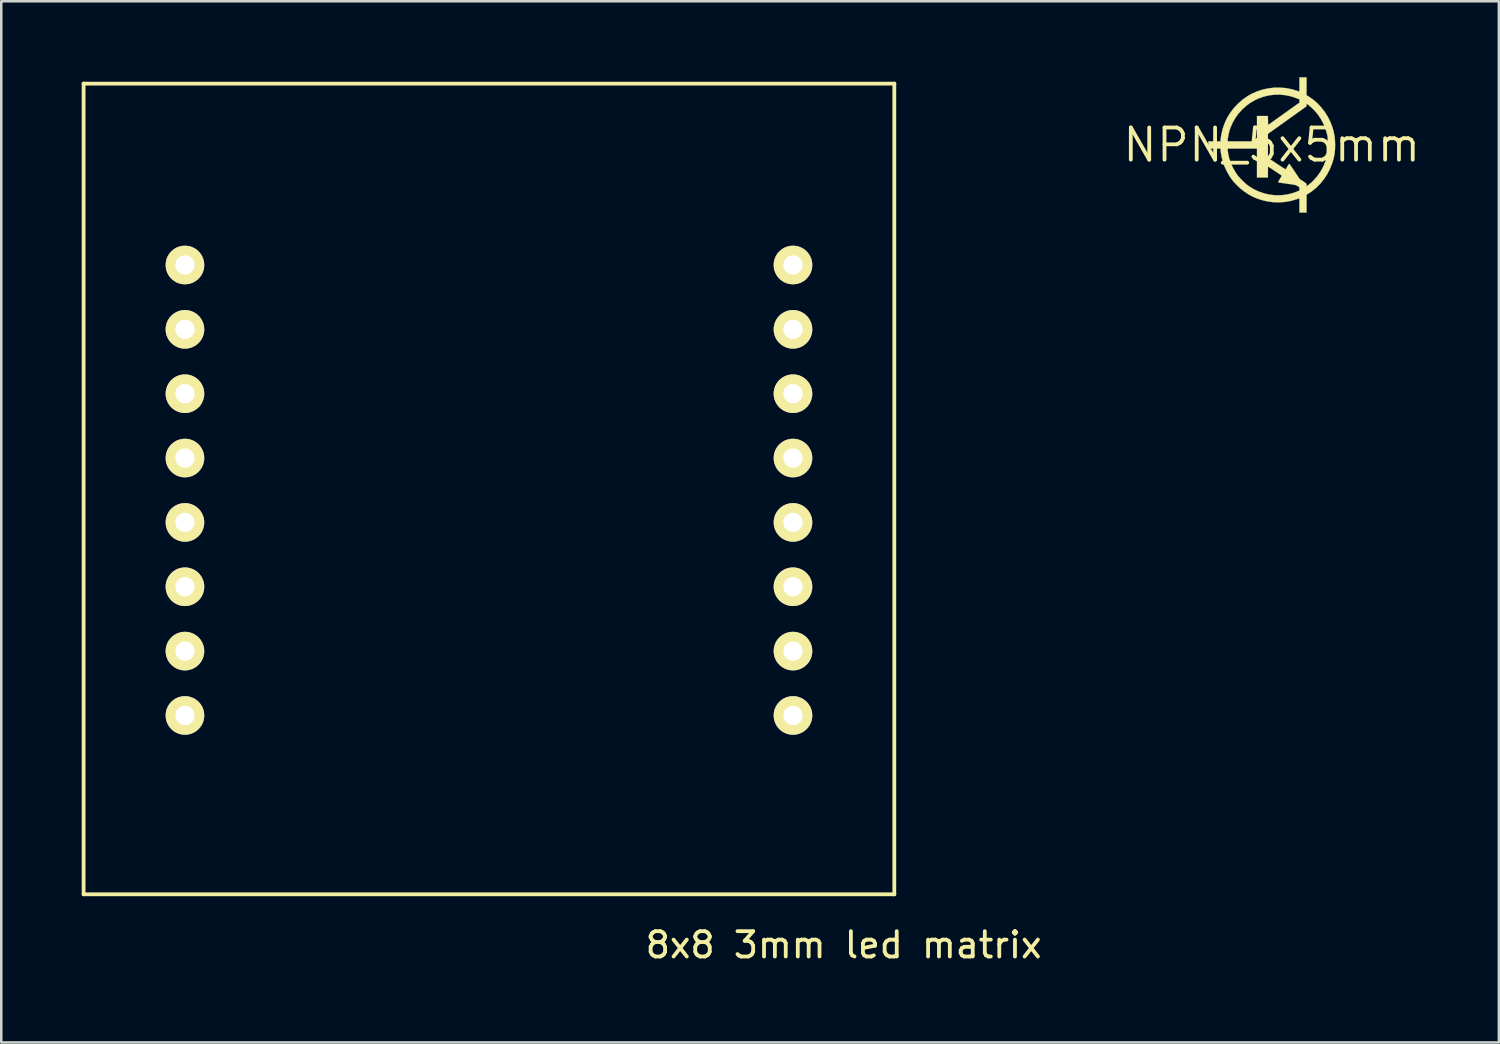
<source format=kicad_pcb>
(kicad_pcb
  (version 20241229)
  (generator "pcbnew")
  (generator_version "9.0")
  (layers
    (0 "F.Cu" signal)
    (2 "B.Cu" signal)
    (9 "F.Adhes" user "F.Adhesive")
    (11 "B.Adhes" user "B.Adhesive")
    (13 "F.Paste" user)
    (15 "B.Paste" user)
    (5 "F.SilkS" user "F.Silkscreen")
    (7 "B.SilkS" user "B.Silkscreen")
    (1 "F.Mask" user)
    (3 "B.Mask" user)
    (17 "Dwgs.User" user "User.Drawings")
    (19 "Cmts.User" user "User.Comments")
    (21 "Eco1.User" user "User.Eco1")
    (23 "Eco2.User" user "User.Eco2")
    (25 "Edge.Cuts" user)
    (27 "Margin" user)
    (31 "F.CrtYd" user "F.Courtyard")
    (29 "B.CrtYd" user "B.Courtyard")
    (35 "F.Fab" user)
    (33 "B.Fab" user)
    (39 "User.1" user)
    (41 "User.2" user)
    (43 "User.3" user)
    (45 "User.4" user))
  (footprint "NPN_5x5mm"
    (layer "F.Cu")
    (at 47.149 2.672)
    (property "Reference" "NPN_5x5mm" (at 0 0 0) (layer "F.SilkS") (effects (font (size 1.27 1.27) (thickness 0.15))))
    (attr through_hole)
    (fp_poly (pts (xy 1.372 -1.962) (xy 1.445 -1.919) (xy 1.624 -1.797) (xy 1.792 -1.654) (xy 1.945 -1.492) (xy 2.084 -1.314) (xy 2.206 -1.122) (xy 2.309 -0.918) (xy 2.392 -0.704) (xy 2.438 -0.548) (xy 2.472 -0.378) (xy 2.494 -0.195) (xy 2.501 -0.007) (xy 2.496 0.181) (xy 2.477 0.361) (xy 2.444 0.524) (xy 2.376 0.748) (xy 2.287 0.963) (xy 2.179 1.167) (xy 2.053 1.357) (xy 1.91 1.532) (xy 1.753 1.69) (xy 1.582 1.828) (xy 1.445 1.919) (xy 1.372 1.962) (xy 1.372 2.667) (xy 1.092 2.667) (xy 1.092 2.388) (xy 1.092 2.306) (xy 1.091 2.235) (xy 1.09 2.176) (xy 1.089 2.133) (xy 1.088 2.111) (xy 1.087 2.108) (xy 1.073 2.112) (xy 1.041 2.122) (xy 0.995 2.137) (xy 0.95 2.152) (xy 0.724 2.214) (xy 0.494 2.252) (xy 0.26 2.266) (xy 0.027 2.255) (xy -0.205 2.221) (xy -0.433 2.164) (xy -0.655 2.083) (xy -0.806 2.012) (xy -0.955 1.926) (xy -1.106 1.821) (xy -1.253 1.702) (xy -1.39 1.574) (xy -1.512 1.442) (xy -1.586 1.349) (xy -1.698 1.179) (xy -1.798 0.995) (xy -1.881 0.806) (xy -1.937 0.641) (xy -1.954 0.575) (xy -1.972 0.497) (xy -1.988 0.416) (xy -2.002 0.336) (xy -2.013 0.266) (xy -2.019 0.21) (xy -2.019 0.189) (xy -2.019 0.14) (xy -1.74 0.14) (xy -1.74 0.187) (xy -1.736 0.237) (xy -1.727 0.304) (xy -1.713 0.382) (xy -1.696 0.462) (xy -1.677 0.538) (xy -1.671 0.562) (xy -1.607 0.743) (xy -1.521 0.925) (xy -1.418 1.1) (xy -1.362 1.181) (xy -1.305 1.252) (xy -1.232 1.332) (xy -1.151 1.415) (xy -1.065 1.496) (xy -0.982 1.568) (xy -0.907 1.626) (xy -0.893 1.635) (xy -0.7 1.752) (xy -0.498 1.845) (xy -0.289 1.916) (xy -0.074 1.963) (xy 0.145 1.986) (xy 0.365 1.985) (xy 0.572 1.961) (xy 0.773 1.916) (xy 0.969 1.85) (xy 0.981 1.845) (xy 1.092 1.801) (xy 1.092 1.735) (xy 1.092 1.67) (xy 1.019 1.623) (xy 0.996 1.609) (xy 0.975 1.597) (xy 0.952 1.588) (xy 0.924 1.579) (xy 0.886 1.571) (xy 0.837 1.562) (xy 0.771 1.552) (xy 0.686 1.54) (xy 0.622 1.531) (xy 0.533 1.518) (xy 0.451 1.507) (xy 0.38 1.496) (xy 0.324 1.488) (xy 0.285 1.482) (xy 0.27 1.479) (xy 0.259 1.475) (xy 0.255 1.468) (xy 0.258 1.452) (xy 0.272 1.425) (xy 0.297 1.383) (xy 0.318 1.348) (xy 0.348 1.297) (xy 0.372 1.255) (xy 0.388 1.226) (xy 0.394 1.214) (xy 0.384 1.206) (xy 0.356 1.186) (xy 0.314 1.156) (xy 0.261 1.12) (xy 0.2 1.078) (xy 0.136 1.035) (xy 0.07 0.991) (xy 0.008 0.949) (xy -0.048 0.912) (xy -0.095 0.882) (xy -0.128 0.861) (xy -0.145 0.851) (xy -0.146 0.851) (xy -0.148 0.863) (xy -0.15 0.896) (xy -0.151 0.947) (xy -0.152 1.01) (xy -0.152 1.067) (xy -0.152 1.283) (xy -0.584 1.283) (xy -0.584 0.14) (xy -1.74 0.14) (xy -2.019 0.14) (xy -2.502 0.14) (xy -2.502 -0.14) (xy -2.019 -0.14) (xy -1.74 -0.14) (xy -0.584 -0.14) (xy -0.584 -0.439) (xy -0.152 -0.439) (xy -0.152 0.508) (xy 0.191 0.737) (xy 0.274 0.792) (xy 0.351 0.842) (xy 0.418 0.885) (xy 0.474 0.92) (xy 0.515 0.945) (xy 0.54 0.958) (xy 0.545 0.959) (xy 0.556 0.946) (xy 0.576 0.916) (xy 0.602 0.874) (xy 0.616 0.851) (xy 0.643 0.806) (xy 0.666 0.77) (xy 0.681 0.747) (xy 0.685 0.743) (xy 0.695 0.752) (xy 0.716 0.779) (xy 0.747 0.822) (xy 0.787 0.879) (xy 0.834 0.947) (xy 0.885 1.023) (xy 0.896 1.039) (xy 1.097 1.341) (xy 1.234 1.433) (xy 1.29 1.47) (xy 1.329 1.497) (xy 1.352 1.517) (xy 1.365 1.534) (xy 1.371 1.55) (xy 1.372 1.57) (xy 1.372 1.575) (xy 1.373 1.607) (xy 1.377 1.679) (xy 1.379 1.626) (xy 1.392 1.618) (xy 1.419 1.599) (xy 1.456 1.572) (xy 1.465 1.566) (xy 1.506 1.532) (xy 1.557 1.487) (xy 1.612 1.435) (xy 1.658 1.39) (xy 1.806 1.222) (xy 1.932 1.04) (xy 2.038 0.844) (xy 2.122 0.634) (xy 2.182 0.426) (xy 2.193 0.377) (xy 2.202 0.334) (xy 2.208 0.292) (xy 2.212 0.246) (xy 2.214 0.19) (xy 2.215 0.12) (xy 2.216 0.031) (xy 2.216 0.006) (xy 2.215 -0.095) (xy 2.214 -0.176) (xy 2.211 -0.24) (xy 2.207 -0.293) (xy 2.201 -0.339) (xy 2.193 -0.381) (xy 2.132 -0.606) (xy 2.049 -0.817) (xy 1.946 -1.016) (xy 1.823 -1.199) (xy 1.68 -1.367) (xy 1.657 -1.391) (xy 1.609 -1.438) (xy 1.557 -1.486) (xy 1.505 -1.531) (xy 1.458 -1.571) (xy 1.418 -1.602) (xy 1.39 -1.621) (xy 1.379 -1.626) (xy 1.374 -1.614) (xy 1.372 -1.586) (xy 1.372 -1.577) (xy 1.372 -1.528) (xy -0.152 -0.439) (xy -0.584 -0.439) (xy -0.584 -1.143) (xy -0.153 -1.143) (xy -0.146 -0.786) (xy 1.092 -1.67) (xy 1.092 -1.735) (xy 1.092 -1.801) (xy 0.981 -1.845) (xy 0.768 -1.917) (xy 0.551 -1.964) (xy 0.332 -1.987) (xy 0.112 -1.985) (xy -0.106 -1.959) (xy -0.32 -1.908) (xy -0.529 -1.834) (xy -0.65 -1.778) (xy -0.839 -1.67) (xy -1.014 -1.541) (xy -1.175 -1.395) (xy -1.319 -1.233) (xy -1.445 -1.056) (xy -1.551 -0.868) (xy -1.635 -0.671) (xy -1.671 -0.562) (xy -1.69 -0.489) (xy -1.708 -0.409) (xy -1.723 -0.33) (xy -1.734 -0.258) (xy -1.739 -0.202) (xy -1.74 -0.187) (xy -1.74 -0.14) (xy -2.019 -0.14) (xy -2.019 -0.189) (xy -2.016 -0.235) (xy -2.008 -0.299) (xy -1.996 -0.375) (xy -1.98 -0.457) (xy -1.963 -0.537) (xy -1.945 -0.61) (xy -1.937 -0.641) (xy -1.881 -0.804) (xy -1.81 -0.971) (xy -1.733 -1.12) (xy -1.614 -1.305) (xy -1.475 -1.481) (xy -1.318 -1.644) (xy -1.147 -1.792) (xy -0.965 -1.921) (xy -0.806 -2.012) (xy -0.589 -2.11) (xy -0.365 -2.184) (xy -0.136 -2.234) (xy 0.097 -2.261) (xy 0.331 -2.264) (xy 0.564 -2.243) (xy 0.793 -2.198) (xy 0.95 -2.152) (xy 1.004 -2.134) (xy 1.048 -2.12) (xy 1.077 -2.111) (xy 1.087 -2.108) (xy 1.088 -2.12) (xy 1.09 -2.154) (xy 1.091 -2.206) (xy 1.092 -2.273) (xy 1.092 -2.35) (xy 1.092 -2.388) (xy 1.092 -2.667) (xy 1.372 -2.667) (xy 1.372 -1.962)) (stroke (width 0.01) (type solid)) (fill yes) (layer "F.SilkS")))
  (footprint "8x8 3mm led matrix"
    (layer "F.Cu")
    (at 0.25 0.25)
    (property "Reference" "8x8 3mm led matrix" (at 30 34 0) (layer "F.SilkS") (effects (font (size 1 1) (thickness 0.15))))
    (attr through_hole)
    (fp_line (start 0 0) (end 0 32) (stroke (width 0.15) (type solid)) (layer "F.SilkS"))
    (fp_line (start 0 32) (end 32 32) (stroke (width 0.15) (type solid)) (layer "F.SilkS"))
    (fp_line (start 32 0) (end 0 0) (stroke (width 0.15) (type solid)) (layer "F.SilkS"))
    (fp_line (start 32 32) (end 32 0) (stroke (width 0.15) (type solid)) (layer "F.SilkS"))
    (pad "1" thru_hole circle (at 4 7.16) (size 1.524 1.524) (drill 0.762) (layers "*.Cu" "*.Mask" "F.SilkS"))
    (pad "2" thru_hole circle (at 4 9.7) (size 1.524 1.524) (drill 0.762) (layers "*.Cu" "*.Mask" "F.SilkS"))
    (pad "3" thru_hole circle (at 4 12.24) (size 1.524 1.524) (drill 0.762) (layers "*.Cu" "*.Mask" "F.SilkS"))
    (pad "4" thru_hole circle (at 4 14.78) (size 1.524 1.524) (drill 0.762) (layers "*.Cu" "*.Mask" "F.SilkS"))
    (pad "5" thru_hole circle (at 4 17.32) (size 1.524 1.524) (drill 0.762) (layers "*.Cu" "*.Mask" "F.SilkS"))
    (pad "6" thru_hole circle (at 4 19.86) (size 1.524 1.524) (drill 0.762) (layers "*.Cu" "*.Mask" "F.SilkS"))
    (pad "7" thru_hole circle (at 4 22.4) (size 1.524 1.524) (drill 0.762) (layers "*.Cu" "*.Mask" "F.SilkS"))
    (pad "9" thru_hole circle (at 4 24.94) (size 1.524 1.524) (drill 0.762) (layers "*.Cu" "*.Mask" "F.SilkS"))
    (pad "11" thru_hole circle (at 28 7.16) (size 1.524 1.524) (drill 0.762) (layers "*.Cu" "*.Mask" "F.SilkS"))
    (pad "12" thru_hole circle (at 28 9.7) (size 1.524 1.524) (drill 0.762) (layers "*.Cu" "*.Mask" "F.SilkS"))
    (pad "13" thru_hole circle (at 28 12.24) (size 1.524 1.524) (drill 0.762) (layers "*.Cu" "*.Mask" "F.SilkS"))
    (pad "14" thru_hole circle (at 28 14.78) (size 1.524 1.524) (drill 0.762) (layers "*.Cu" "*.Mask" "F.SilkS"))
    (pad "15" thru_hole circle (at 28 17.32) (size 1.524 1.524) (drill 0.762) (layers "*.Cu" "*.Mask" "F.SilkS"))
    (pad "16" thru_hole circle (at 28 19.86) (size 1.524 1.524) (drill 0.762) (layers "*.Cu" "*.Mask" "F.SilkS"))
    (pad "17" thru_hole circle (at 28 22.4) (size 1.524 1.524) (drill 0.762) (layers "*.Cu" "*.Mask" "F.SilkS"))
    (pad "18" thru_hole circle (at 28 24.94) (size 1.524 1.524) (drill 0.762) (layers "*.Cu" "*.Mask" "F.SilkS")))
  (gr_rect
    (start -3 -3)
    (end 56.113 38.098)
    (stroke (width 0.1) (type default))
    (fill no)
    (layer "Edge.Cuts")))
</source>
